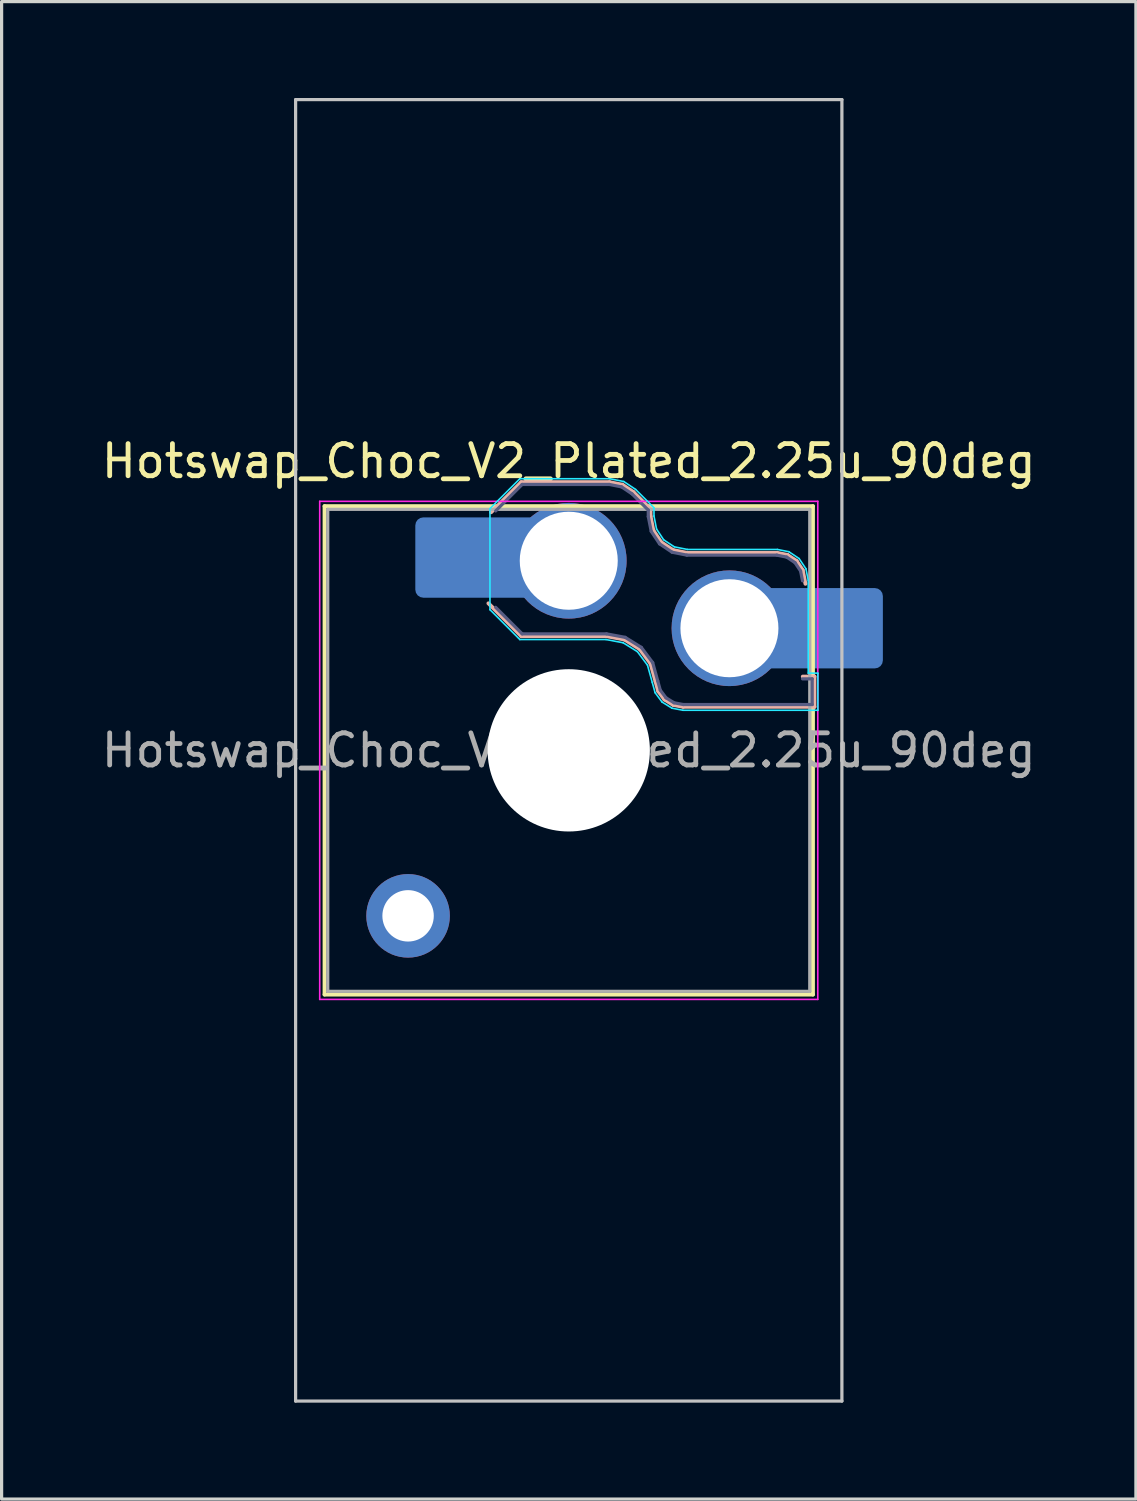
<source format=kicad_pcb>
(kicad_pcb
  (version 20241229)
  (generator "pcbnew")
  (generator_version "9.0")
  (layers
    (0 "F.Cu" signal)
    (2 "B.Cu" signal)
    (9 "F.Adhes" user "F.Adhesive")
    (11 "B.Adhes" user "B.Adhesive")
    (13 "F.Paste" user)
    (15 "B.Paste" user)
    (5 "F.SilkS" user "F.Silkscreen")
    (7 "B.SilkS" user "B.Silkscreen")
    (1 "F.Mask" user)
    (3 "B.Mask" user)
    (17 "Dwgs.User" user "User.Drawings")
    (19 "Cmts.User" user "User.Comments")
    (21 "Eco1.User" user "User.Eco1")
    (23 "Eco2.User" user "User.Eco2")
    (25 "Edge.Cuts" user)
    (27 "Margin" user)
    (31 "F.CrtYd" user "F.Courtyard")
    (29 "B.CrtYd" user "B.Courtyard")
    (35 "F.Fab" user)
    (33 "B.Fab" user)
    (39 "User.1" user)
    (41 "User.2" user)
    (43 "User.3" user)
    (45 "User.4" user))
  (footprint "Hotswap_Choc_V2_Plated_2.25u_90deg"
    (layer "F.Cu")
    (at 14.649 20.3)
    (property "Reference" "Hotswap_Choc_V2_Plated_2.25u_90deg" (at 0 -9 0) (layer "F.SilkS") (effects (font (size 1 1) (thickness 0.15))))
    (attr smd)
    (fp_line (start -7.6 -7.6) (end -7.6 7.6) (stroke (width 0.12) (type solid)) (layer "F.SilkS"))
    (fp_line (start -7.6 7.6) (end 7.6 7.6) (stroke (width 0.12) (type solid)) (layer "F.SilkS"))
    (fp_line (start 7.6 -7.6) (end -7.6 -7.6) (stroke (width 0.12) (type solid)) (layer "F.SilkS"))
    (fp_line (start 7.6 7.6) (end 7.6 -7.6) (stroke (width 0.12) (type solid)) (layer "F.SilkS"))
    (fp_line (start -2.416 -7.409) (end -1.479 -8.346) (stroke (width 0.12) (type solid)) (layer "B.SilkS"))
    (fp_line (start -1.479 -8.346) (end 1.268 -8.346) (stroke (width 0.12) (type solid)) (layer "B.SilkS"))
    (fp_line (start -1.479 -3.554) (end -2.5 -4.575) (stroke (width 0.12) (type solid)) (layer "B.SilkS"))
    (fp_line (start 1.168 -3.554) (end -1.479 -3.554) (stroke (width 0.12) (type solid)) (layer "B.SilkS"))
    (fp_line (start 1.268 -8.346) (end 1.671 -8.266) (stroke (width 0.12) (type solid)) (layer "B.SilkS"))
    (fp_line (start 1.671 -8.266) (end 2.013 -8.037) (stroke (width 0.12) (type solid)) (layer "B.SilkS"))
    (fp_line (start 1.73 -3.449) (end 1.168 -3.554) (stroke (width 0.12) (type solid)) (layer "B.SilkS"))
    (fp_line (start 2.013 -8.037) (end 2.546 -7.504) (stroke (width 0.12) (type solid)) (layer "B.SilkS"))
    (fp_line (start 2.209 -3.15) (end 1.73 -3.449) (stroke (width 0.12) (type solid)) (layer "B.SilkS"))
    (fp_line (start 2.546 -7.504) (end 2.546 -7.282) (stroke (width 0.12) (type solid)) (layer "B.SilkS"))
    (fp_line (start 2.546 -7.282) (end 2.633 -6.844) (stroke (width 0.12) (type solid)) (layer "B.SilkS"))
    (fp_line (start 2.547 -2.697) (end 2.209 -3.15) (stroke (width 0.12) (type solid)) (layer "B.SilkS"))
    (fp_line (start 2.633 -6.844) (end 2.877 -6.477) (stroke (width 0.12) (type solid)) (layer "B.SilkS"))
    (fp_line (start 2.701 -2.139) (end 2.547 -2.697) (stroke (width 0.12) (type solid)) (layer "B.SilkS"))
    (fp_line (start 2.783 -1.841) (end 2.701 -2.139) (stroke (width 0.12) (type solid)) (layer "B.SilkS"))
    (fp_line (start 2.877 -6.477) (end 3.244 -6.233) (stroke (width 0.12) (type solid)) (layer "B.SilkS"))
    (fp_line (start 2.976 -1.583) (end 2.783 -1.841) (stroke (width 0.12) (type solid)) (layer "B.SilkS"))
    (fp_line (start 3.244 -6.233) (end 3.682 -6.146) (stroke (width 0.12) (type solid)) (layer "B.SilkS"))
    (fp_line (start 3.25 -1.413) (end 2.976 -1.583) (stroke (width 0.12) (type solid)) (layer "B.SilkS"))
    (fp_line (start 3.56 -1.354) (end 3.25 -1.413) (stroke (width 0.12) (type solid)) (layer "B.SilkS"))
    (fp_line (start 3.682 -6.146) (end 6.482 -6.146) (stroke (width 0.12) (type solid)) (layer "B.SilkS"))
    (fp_line (start 6.482 -6.146) (end 6.809 -6.081) (stroke (width 0.12) (type solid)) (layer "B.SilkS"))
    (fp_line (start 6.809 -6.081) (end 7.092 -5.892) (stroke (width 0.12) (type solid)) (layer "B.SilkS"))
    (fp_line (start 7.092 -5.892) (end 7.281 -5.609) (stroke (width 0.12) (type solid)) (layer "B.SilkS"))
    (fp_line (start 7.281 -5.609) (end 7.366 -5.182) (stroke (width 0.12) (type solid)) (layer "B.SilkS"))
    (fp_line (start 7.283 -2.296) (end 7.646 -2.296) (stroke (width 0.12) (type solid)) (layer "B.SilkS"))
    (fp_line (start 7.646 -2.296) (end 7.646 -1.354) (stroke (width 0.12) (type solid)) (layer "B.SilkS"))
    (fp_line (start 7.646 -1.354) (end 3.56 -1.354) (stroke (width 0.12) (type solid)) (layer "B.SilkS"))
    (fp_line (start -8.5 -20.25) (end 8.5 -20.25) (stroke (width 0.1) (type solid)) (layer "Dwgs.User"))
    (fp_line (start -8.5 20.25) (end -8.5 -20.25) (stroke (width 0.1) (type solid)) (layer "Dwgs.User"))
    (fp_line (start 8.5 -20.25) (end 8.5 20.25) (stroke (width 0.1) (type solid)) (layer "Dwgs.User"))
    (fp_line (start 8.5 20.25) (end -8.5 20.25) (stroke (width 0.1) (type solid)) (layer "Dwgs.User"))
    (fp_line (start -7.25 -7.25) (end -7.25 7.25) (stroke (width 0.1) (type solid)) (layer "Eco1.User"))
    (fp_line (start -7.25 7.25) (end 7.25 7.25) (stroke (width 0.1) (type solid)) (layer "Eco1.User"))
    (fp_line (start 7.25 -7.25) (end -7.25 -7.25) (stroke (width 0.1) (type solid)) (layer "Eco1.User"))
    (fp_line (start 7.25 7.25) (end 7.25 -7.25) (stroke (width 0.1) (type solid)) (layer "Eco1.User"))
    (fp_line (start -2.452 -7.523) (end -1.523 -8.452) (stroke (width 0.05) (type solid)) (layer "B.CrtYd"))
    (fp_line (start -2.452 -4.377) (end -2.452 -7.523) (stroke (width 0.05) (type solid)) (layer "B.CrtYd"))
    (fp_line (start -1.523 -8.452) (end 1.278 -8.452) (stroke (width 0.05) (type solid)) (layer "B.CrtYd"))
    (fp_line (start -1.523 -3.448) (end -2.452 -4.377) (stroke (width 0.05) (type solid)) (layer "B.CrtYd"))
    (fp_line (start 1.159 -3.448) (end -1.523 -3.448) (stroke (width 0.05) (type solid)) (layer "B.CrtYd"))
    (fp_line (start 1.278 -8.452) (end 1.712 -8.366) (stroke (width 0.05) (type solid)) (layer "B.CrtYd"))
    (fp_line (start 1.691 -3.348) (end 1.159 -3.448) (stroke (width 0.05) (type solid)) (layer "B.CrtYd"))
    (fp_line (start 1.712 -8.366) (end 2.081 -8.119) (stroke (width 0.05) (type solid)) (layer "B.CrtYd"))
    (fp_line (start 2.081 -8.119) (end 2.652 -7.548) (stroke (width 0.05) (type solid)) (layer "B.CrtYd"))
    (fp_line (start 2.136 -3.071) (end 1.691 -3.348) (stroke (width 0.05) (type solid)) (layer "B.CrtYd"))
    (fp_line (start 2.45 -2.65) (end 2.136 -3.071) (stroke (width 0.05) (type solid)) (layer "B.CrtYd"))
    (fp_line (start 2.599 -2.111) (end 2.45 -2.65) (stroke (width 0.05) (type solid)) (layer "B.CrtYd"))
    (fp_line (start 2.652 -7.548) (end 2.652 -7.292) (stroke (width 0.05) (type solid)) (layer "B.CrtYd"))
    (fp_line (start 2.652 -7.292) (end 2.733 -6.885) (stroke (width 0.05) (type solid)) (layer "B.CrtYd"))
    (fp_line (start 2.687 -1.794) (end 2.599 -2.111) (stroke (width 0.05) (type solid)) (layer "B.CrtYd"))
    (fp_line (start 2.733 -6.885) (end 2.953 -6.553) (stroke (width 0.05) (type solid)) (layer "B.CrtYd"))
    (fp_line (start 2.903 -1.503) (end 2.687 -1.794) (stroke (width 0.05) (type solid)) (layer "B.CrtYd"))
    (fp_line (start 2.953 -6.553) (end 3.285 -6.333) (stroke (width 0.05) (type solid)) (layer "B.CrtYd"))
    (fp_line (start 3.211 -1.312) (end 2.903 -1.503) (stroke (width 0.05) (type solid)) (layer "B.CrtYd"))
    (fp_line (start 3.285 -6.333) (end 3.692 -6.252) (stroke (width 0.05) (type solid)) (layer "B.CrtYd"))
    (fp_line (start 3.55 -1.248) (end 3.211 -1.312) (stroke (width 0.05) (type solid)) (layer "B.CrtYd"))
    (fp_line (start 3.692 -6.252) (end 6.492 -6.252) (stroke (width 0.05) (type solid)) (layer "B.CrtYd"))
    (fp_line (start 6.492 -6.252) (end 6.85 -6.181) (stroke (width 0.05) (type solid)) (layer "B.CrtYd"))
    (fp_line (start 6.85 -6.181) (end 7.168 -5.968) (stroke (width 0.05) (type solid)) (layer "B.CrtYd"))
    (fp_line (start 7.168 -5.968) (end 7.381 -5.65) (stroke (width 0.05) (type solid)) (layer "B.CrtYd"))
    (fp_line (start 7.381 -5.65) (end 7.452 -5.292) (stroke (width 0.05) (type solid)) (layer "B.CrtYd"))
    (fp_line (start 7.452 -5.292) (end 7.452 -2.402) (stroke (width 0.05) (type solid)) (layer "B.CrtYd"))
    (fp_line (start 7.452 -2.402) (end 7.752 -2.402) (stroke (width 0.05) (type solid)) (layer "B.CrtYd"))
    (fp_line (start 7.752 -2.402) (end 7.752 -1.248) (stroke (width 0.05) (type solid)) (layer "B.CrtYd"))
    (fp_line (start 7.752 -1.248) (end 3.55 -1.248) (stroke (width 0.05) (type solid)) (layer "B.CrtYd"))
    (fp_line (start -7.75 -7.75) (end -7.75 7.75) (stroke (width 0.05) (type solid)) (layer "F.CrtYd"))
    (fp_line (start -7.75 7.75) (end 7.75 7.75) (stroke (width 0.05) (type solid)) (layer "F.CrtYd"))
    (fp_line (start 7.75 -7.75) (end -7.75 -7.75) (stroke (width 0.05) (type solid)) (layer "F.CrtYd"))
    (fp_line (start 7.75 7.75) (end 7.75 -7.75) (stroke (width 0.05) (type solid)) (layer "F.CrtYd"))
    (fp_line (start -2.275 -7.45) (end -1.45 -8.275) (stroke (width 0.1) (type solid)) (layer "B.Fab"))
    (fp_line (start -1.45 -8.275) (end 1.261 -8.275) (stroke (width 0.1) (type solid)) (layer "B.Fab"))
    (fp_line (start -1.45 -3.625) (end -2.275 -4.45) (stroke (width 0.1) (type solid)) (layer "B.Fab"))
    (fp_line (start 1.175 -3.625) (end -1.45 -3.625) (stroke (width 0.1) (type solid)) (layer "B.Fab"))
    (fp_line (start 1.261 -8.275) (end 1.643 -8.199) (stroke (width 0.1) (type solid)) (layer "B.Fab"))
    (fp_line (start 1.643 -8.199) (end 1.968 -7.982) (stroke (width 0.1) (type solid)) (layer "B.Fab"))
    (fp_line (start 1.756 -3.516) (end 1.175 -3.625) (stroke (width 0.1) (type solid)) (layer "B.Fab"))
    (fp_line (start 1.968 -7.982) (end 2.475 -7.475) (stroke (width 0.1) (type solid)) (layer "B.Fab"))
    (fp_line (start 2.258 -3.203) (end 1.756 -3.516) (stroke (width 0.1) (type solid)) (layer "B.Fab"))
    (fp_line (start 2.475 -7.475) (end 2.475 -7.275) (stroke (width 0.1) (type solid)) (layer "B.Fab"))
    (fp_line (start 2.475 -7.275) (end 2.566 -6.816) (stroke (width 0.1) (type solid)) (layer "B.Fab"))
    (fp_line (start 2.566 -6.816) (end 2.826 -6.426) (stroke (width 0.1) (type solid)) (layer "B.Fab"))
    (fp_line (start 2.612 -2.729) (end 2.258 -3.203) (stroke (width 0.1) (type solid)) (layer "B.Fab"))
    (fp_line (start 2.769 -2.158) (end 2.612 -2.729) (stroke (width 0.1) (type solid)) (layer "B.Fab"))
    (fp_line (start 2.826 -6.426) (end 3.216 -6.166) (stroke (width 0.1) (type solid)) (layer "B.Fab"))
    (fp_line (start 2.848 -1.873) (end 2.769 -2.158) (stroke (width 0.1) (type solid)) (layer "B.Fab"))
    (fp_line (start 3.025 -1.636) (end 2.848 -1.873) (stroke (width 0.1) (type solid)) (layer "B.Fab"))
    (fp_line (start 3.216 -6.166) (end 3.675 -6.075) (stroke (width 0.1) (type solid)) (layer "B.Fab"))
    (fp_line (start 3.276 -1.48) (end 3.025 -1.636) (stroke (width 0.1) (type solid)) (layer "B.Fab"))
    (fp_line (start 3.567 -1.425) (end 3.276 -1.48) (stroke (width 0.1) (type solid)) (layer "B.Fab"))
    (fp_line (start 3.675 -6.075) (end 6.475 -6.075) (stroke (width 0.1) (type solid)) (layer "B.Fab"))
    (fp_line (start 6.475 -6.075) (end 6.781 -6.014) (stroke (width 0.1) (type solid)) (layer "B.Fab"))
    (fp_line (start 6.781 -6.014) (end 7.041 -5.841) (stroke (width 0.1) (type solid)) (layer "B.Fab"))
    (fp_line (start 7.041 -5.841) (end 7.214 -5.581) (stroke (width 0.1) (type solid)) (layer "B.Fab"))
    (fp_line (start 7.214 -5.581) (end 7.275 -5.275) (stroke (width 0.1) (type solid)) (layer "B.Fab"))
    (fp_line (start 7.275 -2.225) (end 7.575 -2.225) (stroke (width 0.1) (type solid)) (layer "B.Fab"))
    (fp_line (start 7.575 -2.225) (end 7.575 -1.425) (stroke (width 0.1) (type solid)) (layer "B.Fab"))
    (fp_line (start 7.575 -1.425) (end 3.567 -1.425) (stroke (width 0.1) (type solid)) (layer "B.Fab"))
    (fp_line (start -7.5 -7.5) (end -7.5 7.5) (stroke (width 0.1) (type solid)) (layer "F.Fab"))
    (fp_line (start -7.5 7.5) (end 7.5 7.5) (stroke (width 0.1) (type solid)) (layer "F.Fab"))
    (fp_line (start 7.5 -7.5) (end -7.5 -7.5) (stroke (width 0.1) (type solid)) (layer "F.Fab"))
    (fp_line (start 7.5 7.5) (end 7.5 -7.5) (stroke (width 0.1) (type solid)) (layer "F.Fab"))
    (fp_text user "${REFERENCE}" (at 0 0 0) (layer "F.Fab") (effects (font (size 1 1) (thickness 0.15))))
    (pad "" thru_hole circle (at -5 5.15) (size 2.6 2.6) (drill 1.6) (layers "*.Cu" "*.Mask"))
    (pad "" smd roundrect (at -3.5 -6) (size 2.55 2.5) (layers "B.Mask" "B.Paste") (roundrect_rratio 0.1))
    (pad "" np_thru_hole circle (at 0 0) (size 5.05 5.05) (drill 5.05) (layers "*.Cu" "*.Mask"))
    (pad "" smd roundrect (at 8.5 -3.8) (size 2.55 2.5) (layers "B.Mask" "B.Paste") (roundrect_rratio 0.1))
    (pad "1" smd roundrect (at -2.85 -6) (size 3.85 2.5) (layers "B.Cu") (roundrect_rratio 0.1))
    (pad "1" thru_hole circle (at 0 -5.9) (size 3.6 3.6) (drill 3.05) (layers "*.Cu" "*.Mask"))
    (pad "2" thru_hole circle (at 5 -3.8) (size 3.6 3.6) (drill 3.05) (layers "*.Cu" "*.Mask"))
    (pad "2" smd roundrect (at 7.85 -3.8) (size 3.85 2.5) (layers "B.Cu") (roundrect_rratio 0.1)))
  (gr_rect
    (start -3 -3)
    (end 32.298 43.6)
    (stroke (width 0.1) (type default))
    (fill no)
    (layer "Edge.Cuts")))
</source>
